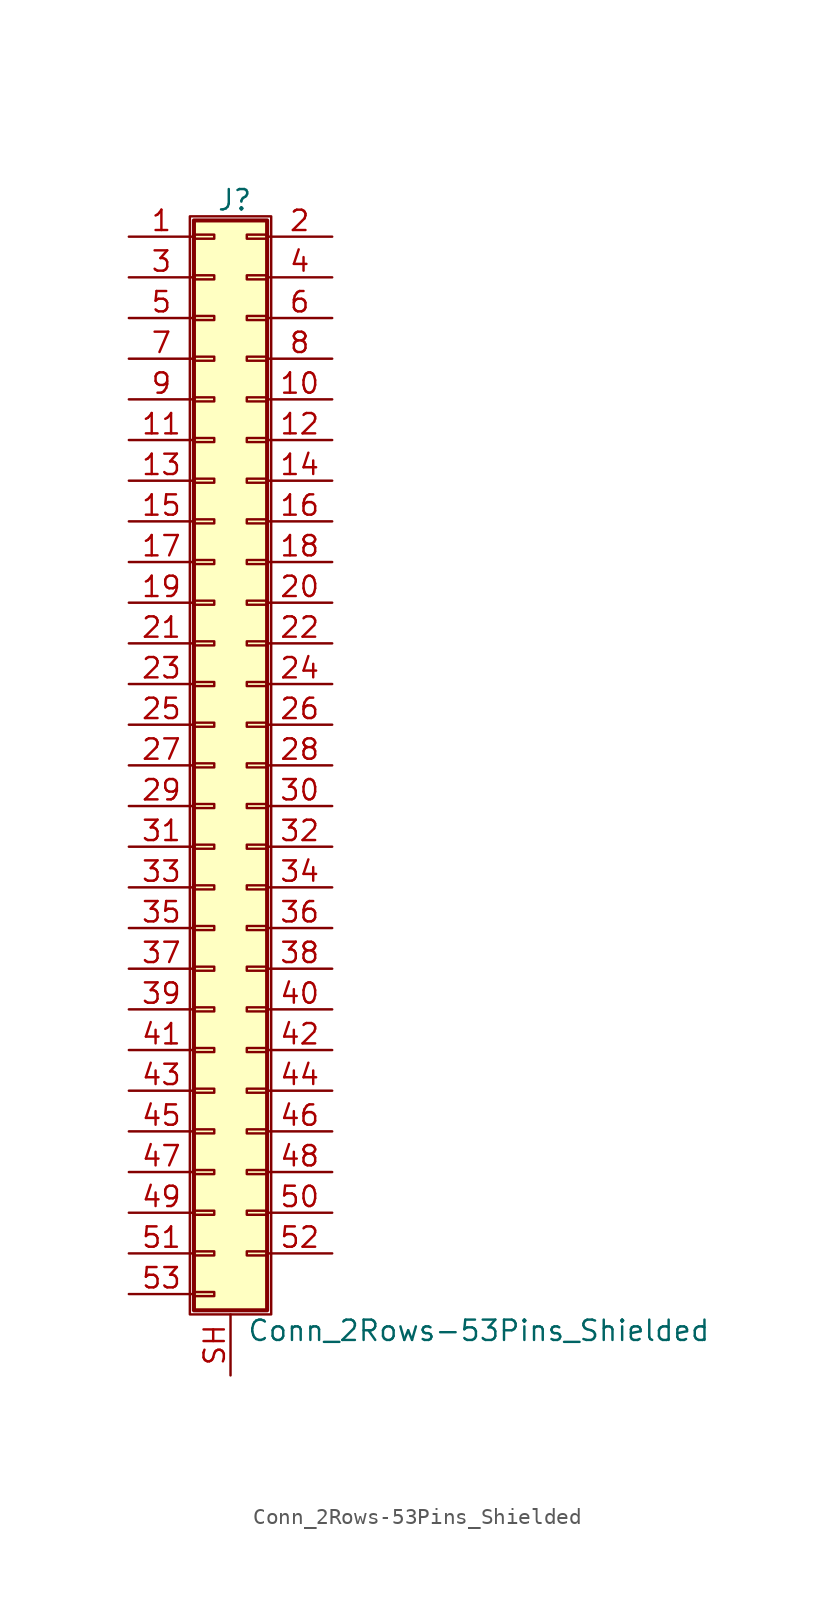
<source format=kicad_sym>
(kicad_symbol_lib
  (version 20211014)
  (generator kicad_symbol_editor)
  (symbol "Conn_2Rows-53Pins_Shielded"
    (pin_names
      (offset 1.016) hide)
    (property "Reference" "J"
      (at 1.524 35.306 0)
      (effects (font (size 1.27 1.27))))
    (property "Value" "Conn_2Rows-53Pins_Shielded"
      (at 2.286 -35.306 0)
      (effects (font (size 1.27 1.27)) (justify left)))
    (symbol "Conn_2Rows-53Pins_Shielded_1_1"
      (rectangle (start -1.27 34.29) (end 3.81 -34.29) (stroke (width 0.152) (type default) (color 0 0 0 0)) (fill (type none)))
      (rectangle (start -1.016 -32.893) (end 0.254 -33.147) (stroke (width 0.152) (type default) (color 0 0 0 0)) (fill (type none)))
      (rectangle (start -1.016 -30.353) (end 0.254 -30.607) (stroke (width 0.152) (type default) (color 0 0 0 0)) (fill (type none)))
      (rectangle (start -1.016 -27.813) (end 0.254 -28.067) (stroke (width 0.152) (type default) (color 0 0 0 0)) (fill (type none)))
      (rectangle (start -1.016 -25.273) (end 0.254 -25.527) (stroke (width 0.152) (type default) (color 0 0 0 0)) (fill (type none)))
      (rectangle (start -1.016 -22.733) (end 0.254 -22.987) (stroke (width 0.152) (type default) (color 0 0 0 0)) (fill (type none)))
      (rectangle (start -1.016 -20.193) (end 0.254 -20.447) (stroke (width 0.152) (type default) (color 0 0 0 0)) (fill (type none)))
      (rectangle (start -1.016 -17.653) (end 0.254 -17.907) (stroke (width 0.152) (type default) (color 0 0 0 0)) (fill (type none)))
      (rectangle (start -1.016 -15.113) (end 0.254 -15.367) (stroke (width 0.152) (type default) (color 0 0 0 0)) (fill (type none)))
      (rectangle (start -1.016 -12.573) (end 0.254 -12.827) (stroke (width 0.152) (type default) (color 0 0 0 0)) (fill (type none)))
      (rectangle (start -1.016 -10.033) (end 0.254 -10.287) (stroke (width 0.152) (type default) (color 0 0 0 0)) (fill (type none)))
      (rectangle (start -1.016 -7.493) (end 0.254 -7.747) (stroke (width 0.152) (type default) (color 0 0 0 0)) (fill (type none)))
      (rectangle (start -1.016 -4.953) (end 0.254 -5.207) (stroke (width 0.152) (type default) (color 0 0 0 0)) (fill (type none)))
      (rectangle (start -1.016 -2.413) (end 0.254 -2.667) (stroke (width 0.152) (type default) (color 0 0 0 0)) (fill (type none)))
      (rectangle (start -1.016 0.127) (end 0.254 -0.127) (stroke (width 0.152) (type default) (color 0 0 0 0)) (fill (type none)))
      (rectangle (start -1.016 2.667) (end 0.254 2.413) (stroke (width 0.152) (type default) (color 0 0 0 0)) (fill (type none)))
      (rectangle (start -1.016 5.207) (end 0.254 4.953) (stroke (width 0.152) (type default) (color 0 0 0 0)) (fill (type none)))
      (rectangle (start -1.016 7.747) (end 0.254 7.493) (stroke (width 0.152) (type default) (color 0 0 0 0)) (fill (type none)))
      (rectangle (start -1.016 10.287) (end 0.254 10.033) (stroke (width 0.152) (type default) (color 0 0 0 0)) (fill (type none)))
      (rectangle (start -1.016 12.827) (end 0.254 12.573) (stroke (width 0.152) (type default) (color 0 0 0 0)) (fill (type none)))
      (rectangle (start -1.016 15.367) (end 0.254 15.113) (stroke (width 0.152) (type default) (color 0 0 0 0)) (fill (type none)))
      (rectangle (start -1.016 17.907) (end 0.254 17.653) (stroke (width 0.152) (type default) (color 0 0 0 0)) (fill (type none)))
      (rectangle (start -1.016 20.447) (end 0.254 20.193) (stroke (width 0.152) (type default) (color 0 0 0 0)) (fill (type none)))
      (rectangle (start -1.016 22.987) (end 0.254 22.733) (stroke (width 0.152) (type default) (color 0 0 0 0)) (fill (type none)))
      (rectangle (start -1.016 25.527) (end 0.254 25.273) (stroke (width 0.152) (type default) (color 0 0 0 0)) (fill (type none)))
      (rectangle (start -1.016 28.067) (end 0.254 27.813) (stroke (width 0.152) (type default) (color 0 0 0 0)) (fill (type none)))
      (rectangle (start -1.016 30.607) (end 0.254 30.353) (stroke (width 0.152) (type default) (color 0 0 0 0)) (fill (type none)))
      (rectangle (start -1.016 33.147) (end 0.254 32.893) (stroke (width 0.152) (type default) (color 0 0 0 0)) (fill (type none)))
      (rectangle (start -1.016 34.036) (end 3.556 -34.036) (stroke (width 0.254) (type default) (color 0 0 0 0)) (fill (type background)))
      (rectangle (start 3.556 -30.353) (end 2.286 -30.607) (stroke (width 0.152) (type default) (color 0 0 0 0)) (fill (type none)))
      (rectangle (start 3.556 -27.813) (end 2.286 -28.067) (stroke (width 0.152) (type default) (color 0 0 0 0)) (fill (type none)))
      (rectangle (start 3.556 -25.273) (end 2.286 -25.527) (stroke (width 0.152) (type default) (color 0 0 0 0)) (fill (type none)))
      (rectangle (start 3.556 -22.733) (end 2.286 -22.987) (stroke (width 0.152) (type default) (color 0 0 0 0)) (fill (type none)))
      (rectangle (start 3.556 -20.193) (end 2.286 -20.447) (stroke (width 0.152) (type default) (color 0 0 0 0)) (fill (type none)))
      (rectangle (start 3.556 -17.653) (end 2.286 -17.907) (stroke (width 0.152) (type default) (color 0 0 0 0)) (fill (type none)))
      (rectangle (start 3.556 -15.113) (end 2.286 -15.367) (stroke (width 0.152) (type default) (color 0 0 0 0)) (fill (type none)))
      (rectangle (start 3.556 -12.573) (end 2.286 -12.827) (stroke (width 0.152) (type default) (color 0 0 0 0)) (fill (type none)))
      (rectangle (start 3.556 -10.033) (end 2.286 -10.287) (stroke (width 0.152) (type default) (color 0 0 0 0)) (fill (type none)))
      (rectangle (start 3.556 -7.493) (end 2.286 -7.747) (stroke (width 0.152) (type default) (color 0 0 0 0)) (fill (type none)))
      (rectangle (start 3.556 -4.953) (end 2.286 -5.207) (stroke (width 0.152) (type default) (color 0 0 0 0)) (fill (type none)))
      (rectangle (start 3.556 -2.413) (end 2.286 -2.667) (stroke (width 0.152) (type default) (color 0 0 0 0)) (fill (type none)))
      (rectangle (start 3.556 0.127) (end 2.286 -0.127) (stroke (width 0.152) (type default) (color 0 0 0 0)) (fill (type none)))
      (rectangle (start 3.556 2.667) (end 2.286 2.413) (stroke (width 0.152) (type default) (color 0 0 0 0)) (fill (type none)))
      (rectangle (start 3.556 5.207) (end 2.286 4.953) (stroke (width 0.152) (type default) (color 0 0 0 0)) (fill (type none)))
      (rectangle (start 3.556 7.747) (end 2.286 7.493) (stroke (width 0.152) (type default) (color 0 0 0 0)) (fill (type none)))
      (rectangle (start 3.556 10.287) (end 2.286 10.033) (stroke (width 0.152) (type default) (color 0 0 0 0)) (fill (type none)))
      (rectangle (start 3.556 12.827) (end 2.286 12.573) (stroke (width 0.152) (type default) (color 0 0 0 0)) (fill (type none)))
      (rectangle (start 3.556 15.367) (end 2.286 15.113) (stroke (width 0.152) (type default) (color 0 0 0 0)) (fill (type none)))
      (rectangle (start 3.556 17.907) (end 2.286 17.653) (stroke (width 0.152) (type default) (color 0 0 0 0)) (fill (type none)))
      (rectangle (start 3.556 20.447) (end 2.286 20.193) (stroke (width 0.152) (type default) (color 0 0 0 0)) (fill (type none)))
      (rectangle (start 3.556 22.987) (end 2.286 22.733) (stroke (width 0.152) (type default) (color 0 0 0 0)) (fill (type none)))
      (rectangle (start 3.556 25.527) (end 2.286 25.273) (stroke (width 0.152) (type default) (color 0 0 0 0)) (fill (type none)))
      (rectangle (start 3.556 28.067) (end 2.286 27.813) (stroke (width 0.152) (type default) (color 0 0 0 0)) (fill (type none)))
      (rectangle (start 3.556 30.607) (end 2.286 30.353) (stroke (width 0.152) (type default) (color 0 0 0 0)) (fill (type none)))
      (rectangle (start 3.556 33.147) (end 2.286 32.893) (stroke (width 0.152) (type default) (color 0 0 0 0)) (fill (type none)))
      (pin passive line (at -5.08 33.02 0) (length 4.064) (name "Pin_1" (effects (font (size 1.27 1.27)))) (number "1" (effects (font (size 1.27 1.27)))))
      (pin passive line (at 7.62 22.86 180) (length 4.064) (name "Pin_10" (effects (font (size 1.27 1.27)))) (number "10" (effects (font (size 1.27 1.27)))))
      (pin passive line (at -5.08 20.32 0) (length 4.064) (name "Pin_11" (effects (font (size 1.27 1.27)))) (number "11" (effects (font (size 1.27 1.27)))))
      (pin passive line (at 7.62 20.32 180) (length 4.064) (name "Pin_12" (effects (font (size 1.27 1.27)))) (number "12" (effects (font (size 1.27 1.27)))))
      (pin passive line (at -5.08 17.78 0) (length 4.064) (name "Pin_13" (effects (font (size 1.27 1.27)))) (number "13" (effects (font (size 1.27 1.27)))))
      (pin passive line (at 7.62 17.78 180) (length 4.064) (name "Pin_14" (effects (font (size 1.27 1.27)))) (number "14" (effects (font (size 1.27 1.27)))))
      (pin passive line (at -5.08 15.24 0) (length 4.064) (name "Pin_15" (effects (font (size 1.27 1.27)))) (number "15" (effects (font (size 1.27 1.27)))))
      (pin passive line (at 7.62 15.24 180) (length 4.064) (name "Pin_16" (effects (font (size 1.27 1.27)))) (number "16" (effects (font (size 1.27 1.27)))))
      (pin passive line (at -5.08 12.7 0) (length 4.064) (name "Pin_17" (effects (font (size 1.27 1.27)))) (number "17" (effects (font (size 1.27 1.27)))))
      (pin passive line (at 7.62 12.7 180) (length 4.064) (name "Pin_18" (effects (font (size 1.27 1.27)))) (number "18" (effects (font (size 1.27 1.27)))))
      (pin passive line (at -5.08 10.16 0) (length 4.064) (name "Pin_19" (effects (font (size 1.27 1.27)))) (number "19" (effects (font (size 1.27 1.27)))))
      (pin passive line (at 7.62 33.02 180) (length 4.064) (name "Pin_2" (effects (font (size 1.27 1.27)))) (number "2" (effects (font (size 1.27 1.27)))))
      (pin passive line (at 7.62 10.16 180) (length 4.064) (name "Pin_20" (effects (font (size 1.27 1.27)))) (number "20" (effects (font (size 1.27 1.27)))))
      (pin passive line (at -5.08 7.62 0) (length 4.064) (name "Pin_21" (effects (font (size 1.27 1.27)))) (number "21" (effects (font (size 1.27 1.27)))))
      (pin passive line (at 7.62 7.62 180) (length 4.064) (name "Pin_22" (effects (font (size 1.27 1.27)))) (number "22" (effects (font (size 1.27 1.27)))))
      (pin passive line (at -5.08 5.08 0) (length 4.064) (name "Pin_23" (effects (font (size 1.27 1.27)))) (number "23" (effects (font (size 1.27 1.27)))))
      (pin passive line (at 7.62 5.08 180) (length 4.064) (name "Pin_24" (effects (font (size 1.27 1.27)))) (number "24" (effects (font (size 1.27 1.27)))))
      (pin passive line (at -5.08 2.54 0) (length 4.064) (name "Pin_25" (effects (font (size 1.27 1.27)))) (number "25" (effects (font (size 1.27 1.27)))))
      (pin passive line (at 7.62 2.54 180) (length 4.064) (name "Pin_26" (effects (font (size 1.27 1.27)))) (number "26" (effects (font (size 1.27 1.27)))))
      (pin passive line (at -5.08 0 0) (length 4.064) (name "Pin_27" (effects (font (size 1.27 1.27)))) (number "27" (effects (font (size 1.27 1.27)))))
      (pin passive line (at 7.62 0 180) (length 4.064) (name "Pin_28" (effects (font (size 1.27 1.27)))) (number "28" (effects (font (size 1.27 1.27)))))
      (pin passive line (at -5.08 -2.54 0) (length 4.064) (name "Pin_29" (effects (font (size 1.27 1.27)))) (number "29" (effects (font (size 1.27 1.27)))))
      (pin passive line (at -5.08 30.48 0) (length 4.064) (name "Pin_3" (effects (font (size 1.27 1.27)))) (number "3" (effects (font (size 1.27 1.27)))))
      (pin passive line (at 7.62 -2.54 180) (length 4.064) (name "Pin_30" (effects (font (size 1.27 1.27)))) (number "30" (effects (font (size 1.27 1.27)))))
      (pin passive line (at -5.08 -5.08 0) (length 4.064) (name "Pin_31" (effects (font (size 1.27 1.27)))) (number "31" (effects (font (size 1.27 1.27)))))
      (pin passive line (at 7.62 -5.08 180) (length 4.064) (name "Pin_32" (effects (font (size 1.27 1.27)))) (number "32" (effects (font (size 1.27 1.27)))))
      (pin passive line (at -5.08 -7.62 0) (length 4.064) (name "Pin_33" (effects (font (size 1.27 1.27)))) (number "33" (effects (font (size 1.27 1.27)))))
      (pin passive line (at 7.62 -7.62 180) (length 4.064) (name "Pin_34" (effects (font (size 1.27 1.27)))) (number "34" (effects (font (size 1.27 1.27)))))
      (pin passive line (at -5.08 -10.16 0) (length 4.064) (name "Pin_35" (effects (font (size 1.27 1.27)))) (number "35" (effects (font (size 1.27 1.27)))))
      (pin passive line (at 7.62 -10.16 180) (length 4.064) (name "Pin_36" (effects (font (size 1.27 1.27)))) (number "36" (effects (font (size 1.27 1.27)))))
      (pin passive line (at -5.08 -12.7 0) (length 4.064) (name "Pin_37" (effects (font (size 1.27 1.27)))) (number "37" (effects (font (size 1.27 1.27)))))
      (pin passive line (at 7.62 -12.7 180) (length 4.064) (name "Pin_38" (effects (font (size 1.27 1.27)))) (number "38" (effects (font (size 1.27 1.27)))))
      (pin passive line (at -5.08 -15.24 0) (length 4.064) (name "Pin_39" (effects (font (size 1.27 1.27)))) (number "39" (effects (font (size 1.27 1.27)))))
      (pin passive line (at 7.62 30.48 180) (length 4.064) (name "Pin_4" (effects (font (size 1.27 1.27)))) (number "4" (effects (font (size 1.27 1.27)))))
      (pin passive line (at 7.62 -15.24 180) (length 4.064) (name "Pin_40" (effects (font (size 1.27 1.27)))) (number "40" (effects (font (size 1.27 1.27)))))
      (pin passive line (at -5.08 -17.78 0) (length 4.064) (name "Pin_41" (effects (font (size 1.27 1.27)))) (number "41" (effects (font (size 1.27 1.27)))))
      (pin passive line (at 7.62 -17.78 180) (length 4.064) (name "Pin_42" (effects (font (size 1.27 1.27)))) (number "42" (effects (font (size 1.27 1.27)))))
      (pin passive line (at -5.08 -20.32 0) (length 4.064) (name "Pin_43" (effects (font (size 1.27 1.27)))) (number "43" (effects (font (size 1.27 1.27)))))
      (pin passive line (at 7.62 -20.32 180) (length 4.064) (name "Pin_44" (effects (font (size 1.27 1.27)))) (number "44" (effects (font (size 1.27 1.27)))))
      (pin passive line (at -5.08 -22.86 0) (length 4.064) (name "Pin_45" (effects (font (size 1.27 1.27)))) (number "45" (effects (font (size 1.27 1.27)))))
      (pin passive line (at 7.62 -22.86 180) (length 4.064) (name "Pin_46" (effects (font (size 1.27 1.27)))) (number "46" (effects (font (size 1.27 1.27)))))
      (pin passive line (at -5.08 -25.4 0) (length 4.064) (name "Pin_47" (effects (font (size 1.27 1.27)))) (number "47" (effects (font (size 1.27 1.27)))))
      (pin passive line (at 7.62 -25.4 180) (length 4.064) (name "Pin_48" (effects (font (size 1.27 1.27)))) (number "48" (effects (font (size 1.27 1.27)))))
      (pin passive line (at -5.08 -27.94 0) (length 4.064) (name "Pin_49" (effects (font (size 1.27 1.27)))) (number "49" (effects (font (size 1.27 1.27)))))
      (pin passive line (at -5.08 27.94 0) (length 4.064) (name "Pin_5" (effects (font (size 1.27 1.27)))) (number "5" (effects (font (size 1.27 1.27)))))
      (pin passive line (at 7.62 -27.94 180) (length 4.064) (name "Pin_50" (effects (font (size 1.27 1.27)))) (number "50" (effects (font (size 1.27 1.27)))))
      (pin passive line (at -5.08 -30.48 0) (length 4.064) (name "Pin_51" (effects (font (size 1.27 1.27)))) (number "51" (effects (font (size 1.27 1.27)))))
      (pin passive line (at 7.62 -30.48 180) (length 4.064) (name "Pin_52" (effects (font (size 1.27 1.27)))) (number "52" (effects (font (size 1.27 1.27)))))
      (pin passive line (at -5.08 -33.02 0) (length 4.064) (name "Pin_53" (effects (font (size 1.27 1.27)))) (number "53" (effects (font (size 1.27 1.27)))))
      (pin passive line (at 7.62 27.94 180) (length 4.064) (name "Pin_6" (effects (font (size 1.27 1.27)))) (number "6" (effects (font (size 1.27 1.27)))))
      (pin passive line (at -5.08 25.4 0) (length 4.064) (name "Pin_7" (effects (font (size 1.27 1.27)))) (number "7" (effects (font (size 1.27 1.27)))))
      (pin passive line (at 7.62 25.4 180) (length 4.064) (name "Pin_8" (effects (font (size 1.27 1.27)))) (number "8" (effects (font (size 1.27 1.27)))))
      (pin passive line (at -5.08 22.86 0) (length 4.064) (name "Pin_9" (effects (font (size 1.27 1.27)))) (number "9" (effects (font (size 1.27 1.27)))))
      (pin passive line (at 1.27 -38.1 90) (length 3.81) (name "Shield" (effects (font (size 1.27 1.27)))) (number "SH" (effects (font (size 1.27 1.27))))))))
</source>
